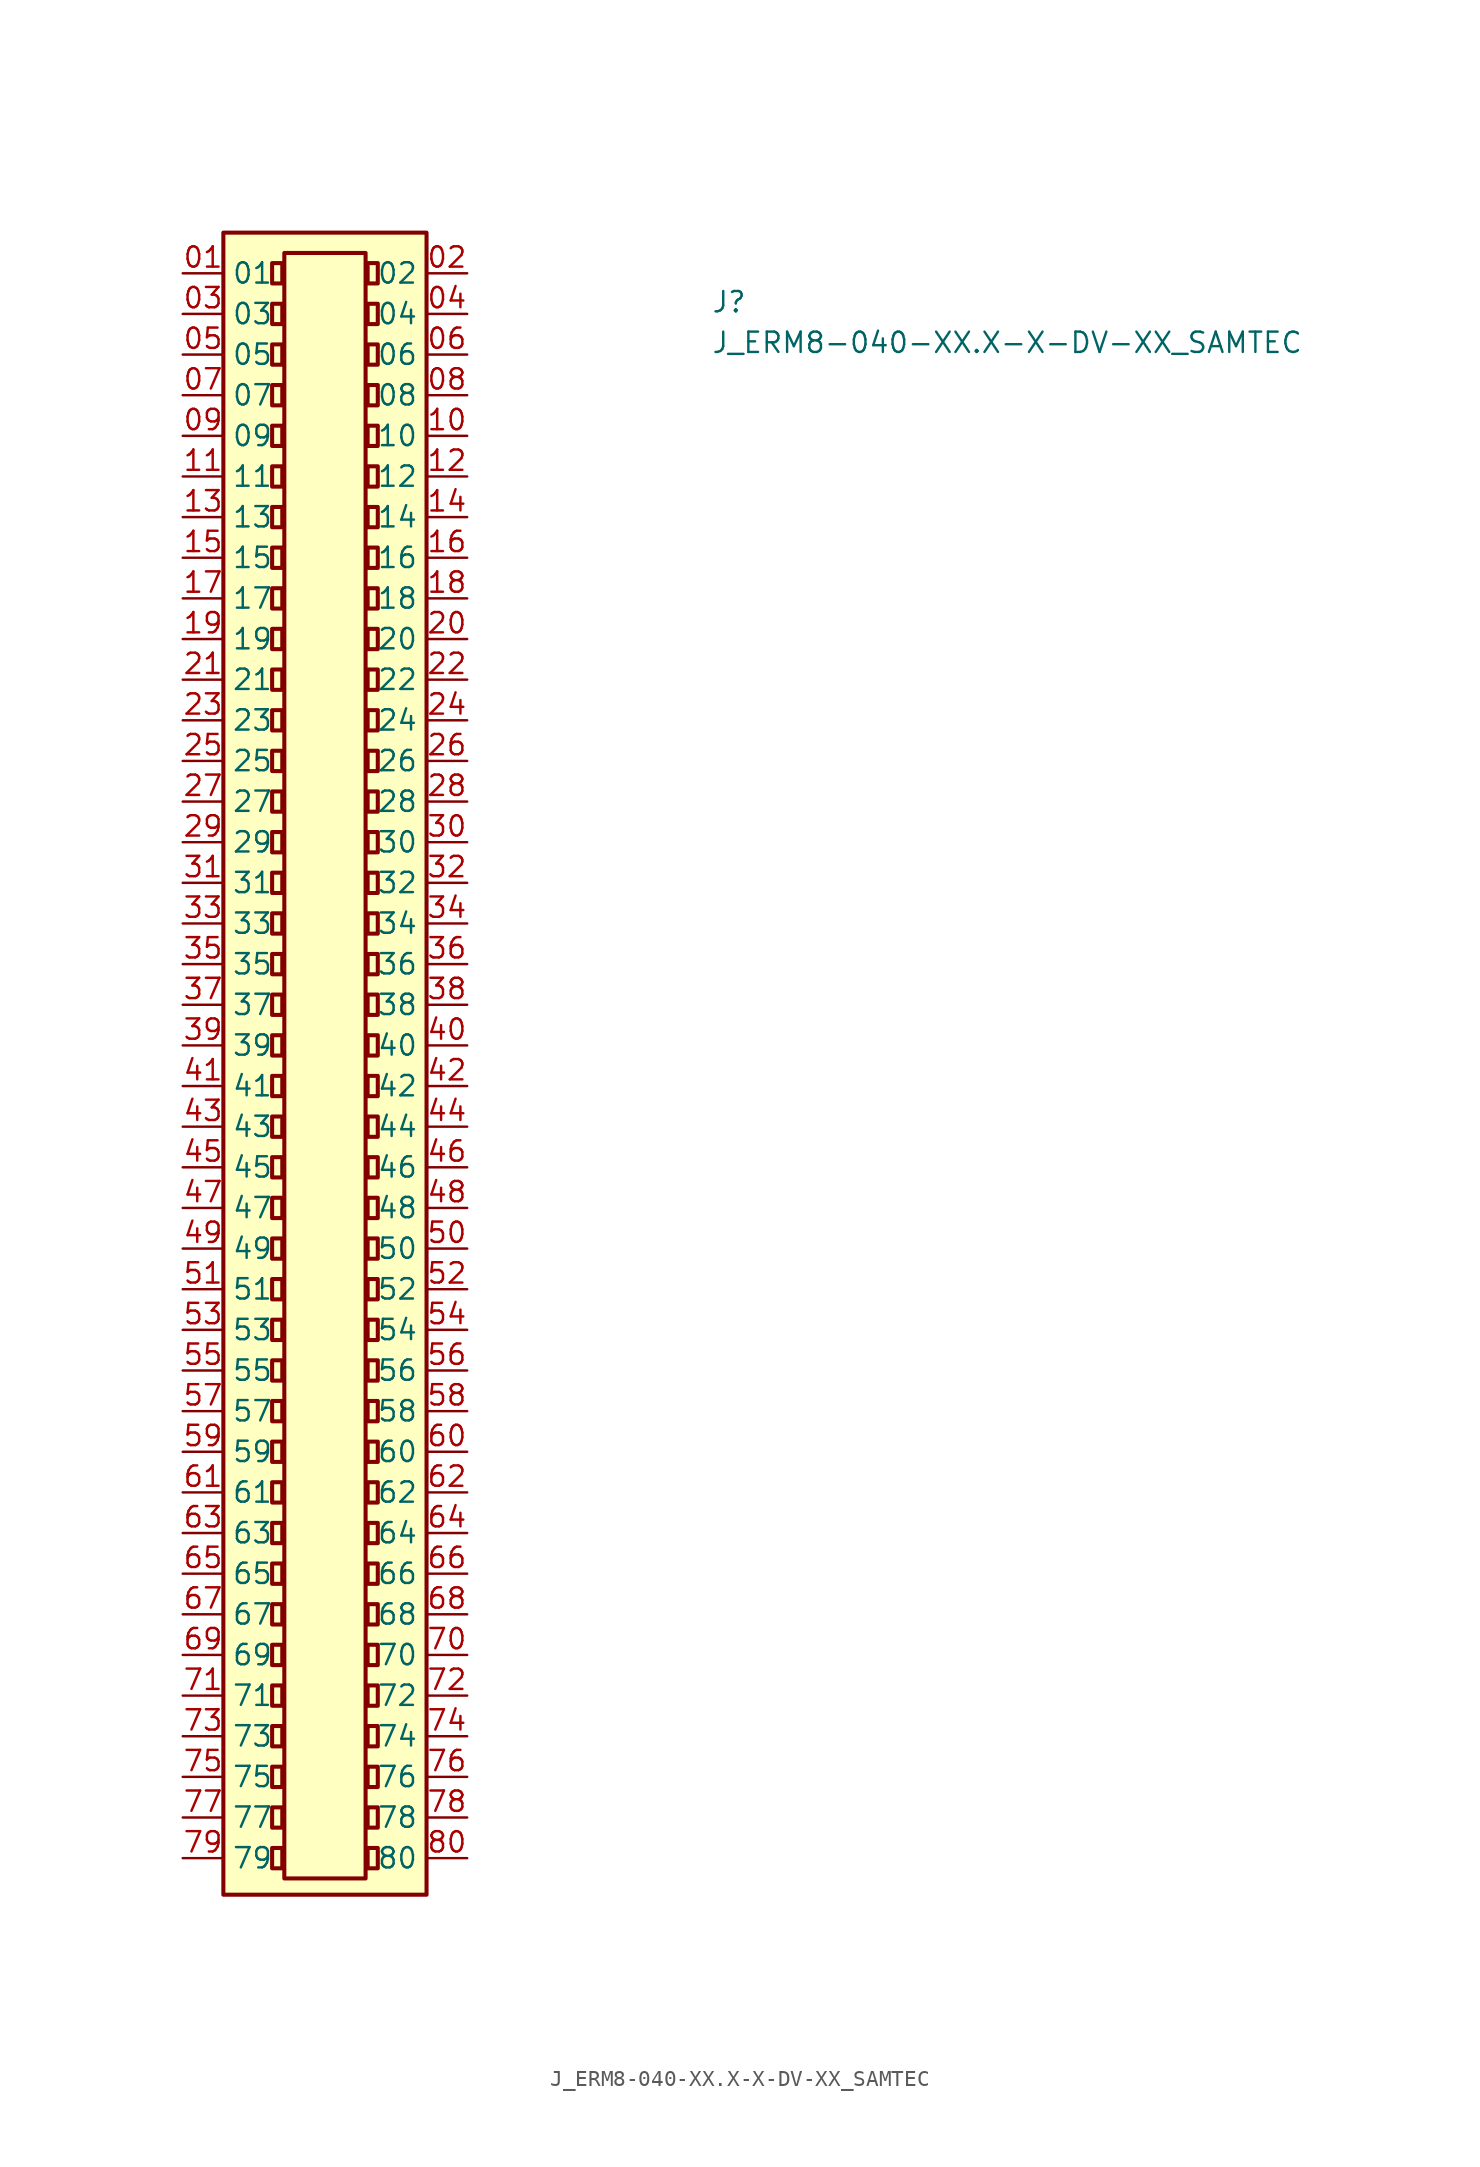
<source format=kicad_sym>
(kicad_symbol_lib
  (version 20211014)
  (generator kicad_symbol_editor)
  (symbol "J_ERM8-040-XX.X-X-DV-XX_SAMTEC"
    (property "Reference" "J"
      (at 33.02 -2.54 0)
      (effects (font (size 1.27 1.27) (thickness 0.15)) (justify left bottom)))
    (property "Value" "J_ERM8-040-XX.X-X-DV-XX_SAMTEC"
      (at 33.02 -5.08 0)
      (effects (font (size 1.27 1.27) (thickness 0.15)) (justify left bottom)))
    (symbol "J_ERM8-040-XX.X-X-DV-XX_SAMTEC_1_1"
      (rectangle (start 2.54 2.54) (end 15.24 -101.346) (stroke (width 0.254) (type default) (color 0 0 0 0)) (fill (type background)))
      (rectangle (start 5.588 -98.425) (end 6.223 -99.695) (stroke (width 0.254) (type default) (color 0 0 0 0)) (fill (type background)))
      (rectangle (start 5.588 -95.885) (end 6.223 -97.155) (stroke (width 0.254) (type default) (color 0 0 0 0)) (fill (type background)))
      (rectangle (start 5.588 -93.345) (end 6.223 -94.615) (stroke (width 0.254) (type default) (color 0 0 0 0)) (fill (type background)))
      (rectangle (start 5.588 -90.805) (end 6.223 -92.075) (stroke (width 0.254) (type default) (color 0 0 0 0)) (fill (type background)))
      (rectangle (start 5.588 -88.265) (end 6.223 -89.535) (stroke (width 0.254) (type default) (color 0 0 0 0)) (fill (type background)))
      (rectangle (start 5.588 -85.725) (end 6.223 -86.995) (stroke (width 0.254) (type default) (color 0 0 0 0)) (fill (type background)))
      (rectangle (start 5.588 -83.185) (end 6.223 -84.455) (stroke (width 0.254) (type default) (color 0 0 0 0)) (fill (type background)))
      (rectangle (start 5.588 -80.645) (end 6.223 -81.915) (stroke (width 0.254) (type default) (color 0 0 0 0)) (fill (type background)))
      (rectangle (start 5.588 -78.105) (end 6.223 -79.375) (stroke (width 0.254) (type default) (color 0 0 0 0)) (fill (type background)))
      (rectangle (start 5.588 -75.565) (end 6.223 -76.835) (stroke (width 0.254) (type default) (color 0 0 0 0)) (fill (type background)))
      (rectangle (start 5.588 -73.025) (end 6.223 -74.295) (stroke (width 0.254) (type default) (color 0 0 0 0)) (fill (type background)))
      (rectangle (start 5.588 -70.485) (end 6.223 -71.755) (stroke (width 0.254) (type default) (color 0 0 0 0)) (fill (type background)))
      (rectangle (start 5.588 -67.945) (end 6.223 -69.215) (stroke (width 0.254) (type default) (color 0 0 0 0)) (fill (type background)))
      (rectangle (start 5.588 -65.405) (end 6.223 -66.675) (stroke (width 0.254) (type default) (color 0 0 0 0)) (fill (type background)))
      (rectangle (start 5.588 -62.865) (end 6.223 -64.135) (stroke (width 0.254) (type default) (color 0 0 0 0)) (fill (type background)))
      (rectangle (start 5.588 -60.325) (end 6.223 -61.595) (stroke (width 0.254) (type default) (color 0 0 0 0)) (fill (type background)))
      (rectangle (start 5.588 -57.785) (end 6.223 -59.055) (stroke (width 0.254) (type default) (color 0 0 0 0)) (fill (type background)))
      (rectangle (start 5.588 -55.245) (end 6.223 -56.515) (stroke (width 0.254) (type default) (color 0 0 0 0)) (fill (type background)))
      (rectangle (start 5.588 -52.705) (end 6.223 -53.975) (stroke (width 0.254) (type default) (color 0 0 0 0)) (fill (type background)))
      (rectangle (start 5.588 -50.165) (end 6.223 -51.435) (stroke (width 0.254) (type default) (color 0 0 0 0)) (fill (type background)))
      (rectangle (start 5.588 -47.625) (end 6.223 -48.895) (stroke (width 0.254) (type default) (color 0 0 0 0)) (fill (type background)))
      (rectangle (start 5.588 -45.085) (end 6.223 -46.355) (stroke (width 0.254) (type default) (color 0 0 0 0)) (fill (type background)))
      (rectangle (start 5.588 -42.545) (end 6.223 -43.815) (stroke (width 0.254) (type default) (color 0 0 0 0)) (fill (type background)))
      (rectangle (start 5.588 -40.005) (end 6.223 -41.275) (stroke (width 0.254) (type default) (color 0 0 0 0)) (fill (type background)))
      (rectangle (start 5.588 -37.465) (end 6.223 -38.735) (stroke (width 0.254) (type default) (color 0 0 0 0)) (fill (type background)))
      (rectangle (start 5.588 -34.925) (end 6.223 -36.195) (stroke (width 0.254) (type default) (color 0 0 0 0)) (fill (type background)))
      (rectangle (start 5.588 -32.385) (end 6.223 -33.655) (stroke (width 0.254) (type default) (color 0 0 0 0)) (fill (type background)))
      (rectangle (start 5.588 -29.845) (end 6.223 -31.115) (stroke (width 0.254) (type default) (color 0 0 0 0)) (fill (type background)))
      (rectangle (start 5.588 -27.305) (end 6.223 -28.575) (stroke (width 0.254) (type default) (color 0 0 0 0)) (fill (type background)))
      (rectangle (start 5.588 -24.765) (end 6.223 -26.035) (stroke (width 0.254) (type default) (color 0 0 0 0)) (fill (type background)))
      (rectangle (start 5.588 -22.225) (end 6.223 -23.495) (stroke (width 0.254) (type default) (color 0 0 0 0)) (fill (type background)))
      (rectangle (start 5.588 -19.685) (end 6.223 -20.955) (stroke (width 0.254) (type default) (color 0 0 0 0)) (fill (type background)))
      (rectangle (start 5.588 -17.145) (end 6.223 -18.415) (stroke (width 0.254) (type default) (color 0 0 0 0)) (fill (type background)))
      (rectangle (start 5.588 -14.605) (end 6.223 -15.875) (stroke (width 0.254) (type default) (color 0 0 0 0)) (fill (type background)))
      (rectangle (start 5.588 -12.065) (end 6.223 -13.335) (stroke (width 0.254) (type default) (color 0 0 0 0)) (fill (type background)))
      (rectangle (start 5.588 -9.525) (end 6.223 -10.795) (stroke (width 0.254) (type default) (color 0 0 0 0)) (fill (type background)))
      (rectangle (start 5.588 -6.985) (end 6.223 -8.255) (stroke (width 0.254) (type default) (color 0 0 0 0)) (fill (type background)))
      (rectangle (start 5.588 -4.445) (end 6.223 -5.715) (stroke (width 0.254) (type default) (color 0 0 0 0)) (fill (type background)))
      (rectangle (start 5.588 -1.905) (end 6.223 -3.175) (stroke (width 0.254) (type default) (color 0 0 0 0)) (fill (type background)))
      (rectangle (start 5.588 0.635) (end 6.223 -0.635) (stroke (width 0.254) (type default) (color 0 0 0 0)) (fill (type background)))
      (rectangle (start 6.35 -100.33) (end 11.43 1.27) (stroke (width 0.254) (type default) (color 0 0 0 0)) (fill (type background)))
      (rectangle (start 11.557 -99.695) (end 12.192 -98.425) (stroke (width 0.254) (type default) (color 0 0 0 0)) (fill (type background)))
      (rectangle (start 11.557 -97.155) (end 12.192 -95.885) (stroke (width 0.254) (type default) (color 0 0 0 0)) (fill (type background)))
      (rectangle (start 11.557 -94.615) (end 12.192 -93.345) (stroke (width 0.254) (type default) (color 0 0 0 0)) (fill (type background)))
      (rectangle (start 11.557 -92.075) (end 12.192 -90.805) (stroke (width 0.254) (type default) (color 0 0 0 0)) (fill (type background)))
      (rectangle (start 11.557 -89.535) (end 12.192 -88.265) (stroke (width 0.254) (type default) (color 0 0 0 0)) (fill (type background)))
      (rectangle (start 11.557 -86.995) (end 12.192 -85.725) (stroke (width 0.254) (type default) (color 0 0 0 0)) (fill (type background)))
      (rectangle (start 11.557 -84.455) (end 12.192 -83.185) (stroke (width 0.254) (type default) (color 0 0 0 0)) (fill (type background)))
      (rectangle (start 11.557 -81.915) (end 12.192 -80.645) (stroke (width 0.254) (type default) (color 0 0 0 0)) (fill (type background)))
      (rectangle (start 11.557 -79.375) (end 12.192 -78.105) (stroke (width 0.254) (type default) (color 0 0 0 0)) (fill (type background)))
      (rectangle (start 11.557 -76.835) (end 12.192 -75.565) (stroke (width 0.254) (type default) (color 0 0 0 0)) (fill (type background)))
      (rectangle (start 11.557 -74.295) (end 12.192 -73.025) (stroke (width 0.254) (type default) (color 0 0 0 0)) (fill (type background)))
      (rectangle (start 11.557 -71.755) (end 12.192 -70.485) (stroke (width 0.254) (type default) (color 0 0 0 0)) (fill (type background)))
      (rectangle (start 11.557 -69.215) (end 12.192 -67.945) (stroke (width 0.254) (type default) (color 0 0 0 0)) (fill (type background)))
      (rectangle (start 11.557 -66.675) (end 12.192 -65.405) (stroke (width 0.254) (type default) (color 0 0 0 0)) (fill (type background)))
      (rectangle (start 11.557 -64.135) (end 12.192 -62.865) (stroke (width 0.254) (type default) (color 0 0 0 0)) (fill (type background)))
      (rectangle (start 11.557 -61.595) (end 12.192 -60.325) (stroke (width 0.254) (type default) (color 0 0 0 0)) (fill (type background)))
      (rectangle (start 11.557 -59.055) (end 12.192 -57.785) (stroke (width 0.254) (type default) (color 0 0 0 0)) (fill (type background)))
      (rectangle (start 11.557 -56.515) (end 12.192 -55.245) (stroke (width 0.254) (type default) (color 0 0 0 0)) (fill (type background)))
      (rectangle (start 11.557 -53.975) (end 12.192 -52.705) (stroke (width 0.254) (type default) (color 0 0 0 0)) (fill (type background)))
      (rectangle (start 11.557 -51.435) (end 12.192 -50.165) (stroke (width 0.254) (type default) (color 0 0 0 0)) (fill (type background)))
      (rectangle (start 11.557 -48.895) (end 12.192 -47.625) (stroke (width 0.254) (type default) (color 0 0 0 0)) (fill (type background)))
      (rectangle (start 11.557 -46.355) (end 12.192 -45.085) (stroke (width 0.254) (type default) (color 0 0 0 0)) (fill (type background)))
      (rectangle (start 11.557 -43.815) (end 12.192 -42.545) (stroke (width 0.254) (type default) (color 0 0 0 0)) (fill (type background)))
      (rectangle (start 11.557 -41.275) (end 12.192 -40.005) (stroke (width 0.254) (type default) (color 0 0 0 0)) (fill (type background)))
      (rectangle (start 11.557 -38.735) (end 12.192 -37.465) (stroke (width 0.254) (type default) (color 0 0 0 0)) (fill (type background)))
      (rectangle (start 11.557 -36.195) (end 12.192 -34.925) (stroke (width 0.254) (type default) (color 0 0 0 0)) (fill (type background)))
      (rectangle (start 11.557 -33.655) (end 12.192 -32.385) (stroke (width 0.254) (type default) (color 0 0 0 0)) (fill (type background)))
      (rectangle (start 11.557 -31.115) (end 12.192 -29.845) (stroke (width 0.254) (type default) (color 0 0 0 0)) (fill (type background)))
      (rectangle (start 11.557 -28.575) (end 12.192 -27.305) (stroke (width 0.254) (type default) (color 0 0 0 0)) (fill (type background)))
      (rectangle (start 11.557 -26.035) (end 12.192 -24.765) (stroke (width 0.254) (type default) (color 0 0 0 0)) (fill (type background)))
      (rectangle (start 11.557 -23.495) (end 12.192 -22.225) (stroke (width 0.254) (type default) (color 0 0 0 0)) (fill (type background)))
      (rectangle (start 11.557 -20.955) (end 12.192 -19.685) (stroke (width 0.254) (type default) (color 0 0 0 0)) (fill (type background)))
      (rectangle (start 11.557 -18.415) (end 12.192 -17.145) (stroke (width 0.254) (type default) (color 0 0 0 0)) (fill (type background)))
      (rectangle (start 11.557 -15.875) (end 12.192 -14.605) (stroke (width 0.254) (type default) (color 0 0 0 0)) (fill (type background)))
      (rectangle (start 11.557 -13.335) (end 12.192 -12.065) (stroke (width 0.254) (type default) (color 0 0 0 0)) (fill (type background)))
      (rectangle (start 11.557 -10.795) (end 12.192 -9.525) (stroke (width 0.254) (type default) (color 0 0 0 0)) (fill (type background)))
      (rectangle (start 11.557 -8.255) (end 12.192 -6.985) (stroke (width 0.254) (type default) (color 0 0 0 0)) (fill (type background)))
      (rectangle (start 11.557 -5.715) (end 12.192 -4.445) (stroke (width 0.254) (type default) (color 0 0 0 0)) (fill (type background)))
      (rectangle (start 11.557 -3.175) (end 12.192 -1.905) (stroke (width 0.254) (type default) (color 0 0 0 0)) (fill (type background)))
      (rectangle (start 11.557 -0.635) (end 12.192 0.635) (stroke (width 0.254) (type default) (color 0 0 0 0)) (fill (type background)))
      (pin passive line (at 0 0 0) (length 2.54) (name "01" (effects (font (size 1.27 1.27)))) (number "01" (effects (font (size 1.27 1.27)))))
      (pin passive line (at 17.78 0 180) (length 2.54) (name "02" (effects (font (size 1.27 1.27)))) (number "02" (effects (font (size 1.27 1.27)))))
      (pin passive line (at 0 -2.54 0) (length 2.54) (name "03" (effects (font (size 1.27 1.27)))) (number "03" (effects (font (size 1.27 1.27)))))
      (pin passive line (at 17.78 -2.54 180) (length 2.54) (name "04" (effects (font (size 1.27 1.27)))) (number "04" (effects (font (size 1.27 1.27)))))
      (pin passive line (at 0 -5.08 0) (length 2.54) (name "05" (effects (font (size 1.27 1.27)))) (number "05" (effects (font (size 1.27 1.27)))))
      (pin passive line (at 17.78 -5.08 180) (length 2.54) (name "06" (effects (font (size 1.27 1.27)))) (number "06" (effects (font (size 1.27 1.27)))))
      (pin passive line (at 0 -7.62 0) (length 2.54) (name "07" (effects (font (size 1.27 1.27)))) (number "07" (effects (font (size 1.27 1.27)))))
      (pin passive line (at 17.78 -7.62 180) (length 2.54) (name "08" (effects (font (size 1.27 1.27)))) (number "08" (effects (font (size 1.27 1.27)))))
      (pin passive line (at 0 -10.16 0) (length 2.54) (name "09" (effects (font (size 1.27 1.27)))) (number "09" (effects (font (size 1.27 1.27)))))
      (pin passive line (at 17.78 -10.16 180) (length 2.54) (name "10" (effects (font (size 1.27 1.27)))) (number "10" (effects (font (size 1.27 1.27)))))
      (pin passive line (at 0 -12.7 0) (length 2.54) (name "11" (effects (font (size 1.27 1.27)))) (number "11" (effects (font (size 1.27 1.27)))))
      (pin passive line (at 17.78 -12.7 180) (length 2.54) (name "12" (effects (font (size 1.27 1.27)))) (number "12" (effects (font (size 1.27 1.27)))))
      (pin passive line (at 0 -15.24 0) (length 2.54) (name "13" (effects (font (size 1.27 1.27)))) (number "13" (effects (font (size 1.27 1.27)))))
      (pin passive line (at 17.78 -15.24 180) (length 2.54) (name "14" (effects (font (size 1.27 1.27)))) (number "14" (effects (font (size 1.27 1.27)))))
      (pin passive line (at 0 -17.78 0) (length 2.54) (name "15" (effects (font (size 1.27 1.27)))) (number "15" (effects (font (size 1.27 1.27)))))
      (pin passive line (at 17.78 -17.78 180) (length 2.54) (name "16" (effects (font (size 1.27 1.27)))) (number "16" (effects (font (size 1.27 1.27)))))
      (pin passive line (at 0 -20.32 0) (length 2.54) (name "17" (effects (font (size 1.27 1.27)))) (number "17" (effects (font (size 1.27 1.27)))))
      (pin passive line (at 17.78 -20.32 180) (length 2.54) (name "18" (effects (font (size 1.27 1.27)))) (number "18" (effects (font (size 1.27 1.27)))))
      (pin passive line (at 0 -22.86 0) (length 2.54) (name "19" (effects (font (size 1.27 1.27)))) (number "19" (effects (font (size 1.27 1.27)))))
      (pin passive line (at 17.78 -22.86 180) (length 2.54) (name "20" (effects (font (size 1.27 1.27)))) (number "20" (effects (font (size 1.27 1.27)))))
      (pin passive line (at 0 -25.4 0) (length 2.54) (name "21" (effects (font (size 1.27 1.27)))) (number "21" (effects (font (size 1.27 1.27)))))
      (pin passive line (at 17.78 -25.4 180) (length 2.54) (name "22" (effects (font (size 1.27 1.27)))) (number "22" (effects (font (size 1.27 1.27)))))
      (pin passive line (at 0 -27.94 0) (length 2.54) (name "23" (effects (font (size 1.27 1.27)))) (number "23" (effects (font (size 1.27 1.27)))))
      (pin passive line (at 17.78 -27.94 180) (length 2.54) (name "24" (effects (font (size 1.27 1.27)))) (number "24" (effects (font (size 1.27 1.27)))))
      (pin passive line (at 0 -30.48 0) (length 2.54) (name "25" (effects (font (size 1.27 1.27)))) (number "25" (effects (font (size 1.27 1.27)))))
      (pin passive line (at 17.78 -30.48 180) (length 2.54) (name "26" (effects (font (size 1.27 1.27)))) (number "26" (effects (font (size 1.27 1.27)))))
      (pin passive line (at 0 -33.02 0) (length 2.54) (name "27" (effects (font (size 1.27 1.27)))) (number "27" (effects (font (size 1.27 1.27)))))
      (pin passive line (at 17.78 -33.02 180) (length 2.54) (name "28" (effects (font (size 1.27 1.27)))) (number "28" (effects (font (size 1.27 1.27)))))
      (pin passive line (at 0 -35.56 0) (length 2.54) (name "29" (effects (font (size 1.27 1.27)))) (number "29" (effects (font (size 1.27 1.27)))))
      (pin passive line (at 17.78 -35.56 180) (length 2.54) (name "30" (effects (font (size 1.27 1.27)))) (number "30" (effects (font (size 1.27 1.27)))))
      (pin passive line (at 0 -38.1 0) (length 2.54) (name "31" (effects (font (size 1.27 1.27)))) (number "31" (effects (font (size 1.27 1.27)))))
      (pin passive line (at 17.78 -38.1 180) (length 2.54) (name "32" (effects (font (size 1.27 1.27)))) (number "32" (effects (font (size 1.27 1.27)))))
      (pin passive line (at 0 -40.64 0) (length 2.54) (name "33" (effects (font (size 1.27 1.27)))) (number "33" (effects (font (size 1.27 1.27)))))
      (pin passive line (at 17.78 -40.64 180) (length 2.54) (name "34" (effects (font (size 1.27 1.27)))) (number "34" (effects (font (size 1.27 1.27)))))
      (pin passive line (at 0 -43.18 0) (length 2.54) (name "35" (effects (font (size 1.27 1.27)))) (number "35" (effects (font (size 1.27 1.27)))))
      (pin passive line (at 17.78 -43.18 180) (length 2.54) (name "36" (effects (font (size 1.27 1.27)))) (number "36" (effects (font (size 1.27 1.27)))))
      (pin passive line (at 0 -45.72 0) (length 2.54) (name "37" (effects (font (size 1.27 1.27)))) (number "37" (effects (font (size 1.27 1.27)))))
      (pin passive line (at 17.78 -45.72 180) (length 2.54) (name "38" (effects (font (size 1.27 1.27)))) (number "38" (effects (font (size 1.27 1.27)))))
      (pin passive line (at 0 -48.26 0) (length 2.54) (name "39" (effects (font (size 1.27 1.27)))) (number "39" (effects (font (size 1.27 1.27)))))
      (pin passive line (at 17.78 -48.26 180) (length 2.54) (name "40" (effects (font (size 1.27 1.27)))) (number "40" (effects (font (size 1.27 1.27)))))
      (pin passive line (at 0 -50.8 0) (length 2.54) (name "41" (effects (font (size 1.27 1.27)))) (number "41" (effects (font (size 1.27 1.27)))))
      (pin passive line (at 17.78 -50.8 180) (length 2.54) (name "42" (effects (font (size 1.27 1.27)))) (number "42" (effects (font (size 1.27 1.27)))))
      (pin passive line (at 0 -53.34 0) (length 2.54) (name "43" (effects (font (size 1.27 1.27)))) (number "43" (effects (font (size 1.27 1.27)))))
      (pin passive line (at 17.78 -53.34 180) (length 2.54) (name "44" (effects (font (size 1.27 1.27)))) (number "44" (effects (font (size 1.27 1.27)))))
      (pin passive line (at 0 -55.88 0) (length 2.54) (name "45" (effects (font (size 1.27 1.27)))) (number "45" (effects (font (size 1.27 1.27)))))
      (pin passive line (at 17.78 -55.88 180) (length 2.54) (name "46" (effects (font (size 1.27 1.27)))) (number "46" (effects (font (size 1.27 1.27)))))
      (pin passive line (at 0 -58.42 0) (length 2.54) (name "47" (effects (font (size 1.27 1.27)))) (number "47" (effects (font (size 1.27 1.27)))))
      (pin passive line (at 17.78 -58.42 180) (length 2.54) (name "48" (effects (font (size 1.27 1.27)))) (number "48" (effects (font (size 1.27 1.27)))))
      (pin passive line (at 0 -60.96 0) (length 2.54) (name "49" (effects (font (size 1.27 1.27)))) (number "49" (effects (font (size 1.27 1.27)))))
      (pin passive line (at 17.78 -60.96 180) (length 2.54) (name "50" (effects (font (size 1.27 1.27)))) (number "50" (effects (font (size 1.27 1.27)))))
      (pin passive line (at 0 -63.5 0) (length 2.54) (name "51" (effects (font (size 1.27 1.27)))) (number "51" (effects (font (size 1.27 1.27)))))
      (pin passive line (at 17.78 -63.5 180) (length 2.54) (name "52" (effects (font (size 1.27 1.27)))) (number "52" (effects (font (size 1.27 1.27)))))
      (pin passive line (at 0 -66.04 0) (length 2.54) (name "53" (effects (font (size 1.27 1.27)))) (number "53" (effects (font (size 1.27 1.27)))))
      (pin passive line (at 17.78 -66.04 180) (length 2.54) (name "54" (effects (font (size 1.27 1.27)))) (number "54" (effects (font (size 1.27 1.27)))))
      (pin passive line (at 0 -68.58 0) (length 2.54) (name "55" (effects (font (size 1.27 1.27)))) (number "55" (effects (font (size 1.27 1.27)))))
      (pin passive line (at 17.78 -68.58 180) (length 2.54) (name "56" (effects (font (size 1.27 1.27)))) (number "56" (effects (font (size 1.27 1.27)))))
      (pin passive line (at 0 -71.12 0) (length 2.54) (name "57" (effects (font (size 1.27 1.27)))) (number "57" (effects (font (size 1.27 1.27)))))
      (pin passive line (at 17.78 -71.12 180) (length 2.54) (name "58" (effects (font (size 1.27 1.27)))) (number "58" (effects (font (size 1.27 1.27)))))
      (pin passive line (at 0 -73.66 0) (length 2.54) (name "59" (effects (font (size 1.27 1.27)))) (number "59" (effects (font (size 1.27 1.27)))))
      (pin passive line (at 17.78 -73.66 180) (length 2.54) (name "60" (effects (font (size 1.27 1.27)))) (number "60" (effects (font (size 1.27 1.27)))))
      (pin passive line (at 0 -76.2 0) (length 2.54) (name "61" (effects (font (size 1.27 1.27)))) (number "61" (effects (font (size 1.27 1.27)))))
      (pin passive line (at 17.78 -76.2 180) (length 2.54) (name "62" (effects (font (size 1.27 1.27)))) (number "62" (effects (font (size 1.27 1.27)))))
      (pin passive line (at 0 -78.74 0) (length 2.54) (name "63" (effects (font (size 1.27 1.27)))) (number "63" (effects (font (size 1.27 1.27)))))
      (pin passive line (at 17.78 -78.74 180) (length 2.54) (name "64" (effects (font (size 1.27 1.27)))) (number "64" (effects (font (size 1.27 1.27)))))
      (pin passive line (at 0 -81.28 0) (length 2.54) (name "65" (effects (font (size 1.27 1.27)))) (number "65" (effects (font (size 1.27 1.27)))))
      (pin passive line (at 17.78 -81.28 180) (length 2.54) (name "66" (effects (font (size 1.27 1.27)))) (number "66" (effects (font (size 1.27 1.27)))))
      (pin passive line (at 0 -83.82 0) (length 2.54) (name "67" (effects (font (size 1.27 1.27)))) (number "67" (effects (font (size 1.27 1.27)))))
      (pin passive line (at 17.78 -83.82 180) (length 2.54) (name "68" (effects (font (size 1.27 1.27)))) (number "68" (effects (font (size 1.27 1.27)))))
      (pin passive line (at 0 -86.36 0) (length 2.54) (name "69" (effects (font (size 1.27 1.27)))) (number "69" (effects (font (size 1.27 1.27)))))
      (pin passive line (at 17.78 -86.36 180) (length 2.54) (name "70" (effects (font (size 1.27 1.27)))) (number "70" (effects (font (size 1.27 1.27)))))
      (pin passive line (at 0 -88.9 0) (length 2.54) (name "71" (effects (font (size 1.27 1.27)))) (number "71" (effects (font (size 1.27 1.27)))))
      (pin passive line (at 17.78 -88.9 180) (length 2.54) (name "72" (effects (font (size 1.27 1.27)))) (number "72" (effects (font (size 1.27 1.27)))))
      (pin passive line (at 0 -91.44 0) (length 2.54) (name "73" (effects (font (size 1.27 1.27)))) (number "73" (effects (font (size 1.27 1.27)))))
      (pin passive line (at 17.78 -91.44 180) (length 2.54) (name "74" (effects (font (size 1.27 1.27)))) (number "74" (effects (font (size 1.27 1.27)))))
      (pin passive line (at 0 -93.98 0) (length 2.54) (name "75" (effects (font (size 1.27 1.27)))) (number "75" (effects (font (size 1.27 1.27)))))
      (pin passive line (at 17.78 -93.98 180) (length 2.54) (name "76" (effects (font (size 1.27 1.27)))) (number "76" (effects (font (size 1.27 1.27)))))
      (pin passive line (at 0 -96.52 0) (length 2.54) (name "77" (effects (font (size 1.27 1.27)))) (number "77" (effects (font (size 1.27 1.27)))))
      (pin passive line (at 17.78 -96.52 180) (length 2.54) (name "78" (effects (font (size 1.27 1.27)))) (number "78" (effects (font (size 1.27 1.27)))))
      (pin passive line (at 0 -99.06 0) (length 2.54) (name "79" (effects (font (size 1.27 1.27)))) (number "79" (effects (font (size 1.27 1.27)))))
      (pin passive line (at 17.78 -99.06 180) (length 2.54) (name "80" (effects (font (size 1.27 1.27)))) (number "80" (effects (font (size 1.27 1.27))))))))
</source>
